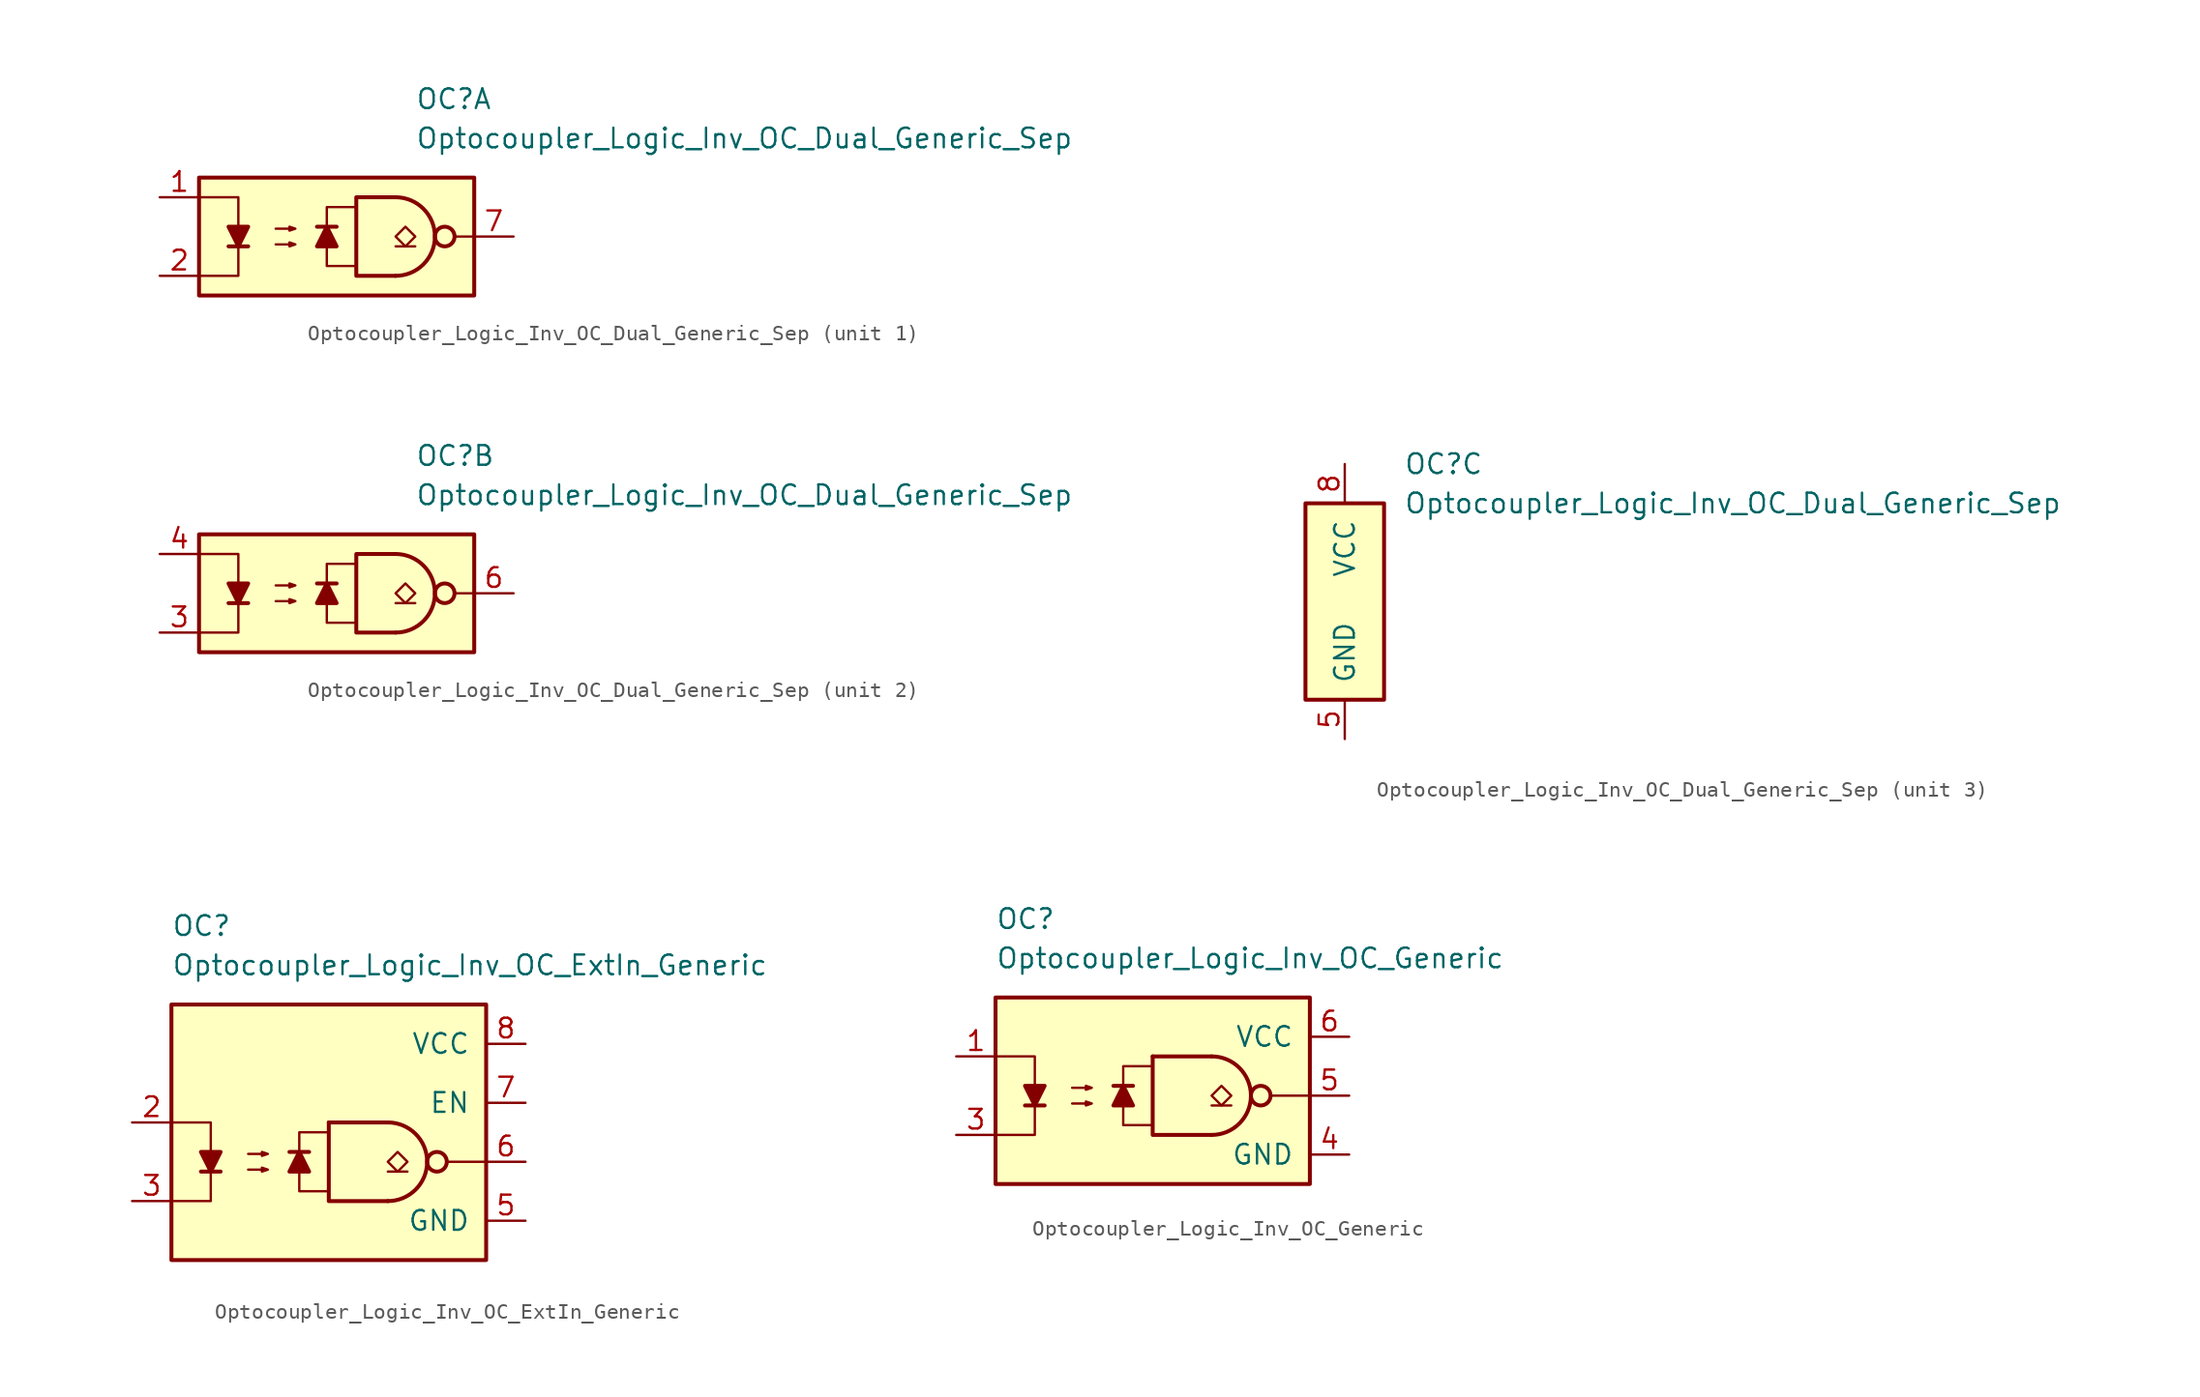
<source format=kicad_sym>
(kicad_symbol_lib
  (version 20231120)
  (generator "kicad_symbol_editor")
  (generator_version "8.0")
  (symbol "Optocoupler_Logic_Inv_OC_Dual_Generic_Sep"
    (pin_names
      (offset 1.016))
    (property "Reference" "OC"
      (at 3.81 8.89 0)
      (effects (font (size 1.27 1.27)) (justify left)))
    (property "Value" "Optocoupler_Logic_Inv_OC_Dual_Generic_Sep"
      (at 3.81 6.35 0)
      (effects (font (size 1.27 1.27)) (justify left)))
    (property "ki_locked" ""
      (at 0 0 0)
      (effects (font (size 1.27 1.27))))
    (symbol "Optocoupler_Logic_Inv_OC_Dual_Generic_Sep_1_0"
      (rectangle (start -10.16 3.81) (end 7.62 -3.81) (stroke (width 0.254) (type default)) (fill (type background)))
      (polyline (pts (xy 7.62 0) (xy 6.35 0)) (stroke (width 0) (type default)) (fill (type none)))
      (polyline (pts (xy 2.54 -2.54) (xy 0 -2.54) (xy 0 2.54) (xy 2.54 2.54)) (stroke (width 0.254) (type default)) (fill (type none))))
    (symbol "Optocoupler_Logic_Inv_OC_Dual_Generic_Sep_1_1"
      (polyline (pts (xy -8.255 -0.635) (xy -6.985 -0.635)) (stroke (width 0.254) (type default)) (fill (type none)))
      (polyline (pts (xy -1.27 0.635) (xy -2.54 0.635)) (stroke (width 0.254) (type default)) (fill (type none)))
      (polyline (pts (xy 3.81 -0.635) (xy 2.54 -0.635)) (stroke (width 0.152) (type default)) (fill (type none)))
      (polyline (pts (xy -10.16 2.54) (xy -7.62 2.54) (xy -7.62 -0.635)) (stroke (width 0) (type default)) (fill (type none)))
      (polyline (pts (xy -7.62 -0.635) (xy -7.62 -2.54) (xy -10.16 -2.54)) (stroke (width 0) (type default)) (fill (type none)))
      (polyline (pts (xy -7.62 -0.635) (xy -8.255 0.635) (xy -6.985 0.635) (xy -7.62 -0.635)) (stroke (width 0.254) (type default)) (fill (type outline)))
      (polyline (pts (xy -1.905 0.635) (xy -1.27 -0.635) (xy -2.54 -0.635) (xy -1.905 0.635)) (stroke (width 0.254) (type default)) (fill (type outline)))
      (polyline (pts (xy 0 -1.905) (xy -1.905 -1.905) (xy -1.905 1.905) (xy 0 1.905)) (stroke (width 0.152) (type default)) (fill (type none)))
      (polyline (pts (xy -5.207 -0.508) (xy -3.937 -0.508) (xy -4.318 -0.635) (xy -4.318 -0.381) (xy -3.937 -0.508)) (stroke (width 0) (type default)) (fill (type none)))
      (polyline (pts (xy -5.207 0.508) (xy -3.937 0.508) (xy -4.318 0.381) (xy -4.318 0.635) (xy -3.937 0.508)) (stroke (width 0) (type default)) (fill (type none)))
      (polyline (pts (xy 3.175 -0.635) (xy 2.54 0) (xy 3.175 0.635) (xy 3.81 0) (xy 3.175 -0.635)) (stroke (width 0.152) (type default)) (fill (type none)))
      (arc (start 2.54 -2.54) (mid 5.069 0) (end 2.54 2.54) (stroke (width 0.254) (type default)) (fill (type none)))
      (circle (center 5.715 0) (radius 0.635) (stroke (width 0.254) (type default)) (fill (type none)))
      (pin passive line (at -12.7 2.54 0) (length 2.54) (name "~" (effects (font (size 1.27 1.27)))) (number "1" (effects (font (size 1.27 1.27)))))
      (pin passive line (at -12.7 -2.54 0) (length 2.54) (name "~" (effects (font (size 1.27 1.27)))) (number "2" (effects (font (size 1.27 1.27)))))
      (pin open_collector line (at 10.16 0 180) (length 2.54) (name "~" (effects (font (size 1.27 1.27)))) (number "7" (effects (font (size 1.27 1.27))))))
    (symbol "Optocoupler_Logic_Inv_OC_Dual_Generic_Sep_2_0"
      (rectangle (start -10.16 3.81) (end 7.62 -3.81) (stroke (width 0.254) (type default)) (fill (type background)))
      (polyline (pts (xy 7.62 0) (xy 6.35 0)) (stroke (width 0) (type default)) (fill (type none)))
      (polyline (pts (xy 2.54 -2.54) (xy 0 -2.54) (xy 0 2.54) (xy 2.54 2.54)) (stroke (width 0.254) (type default)) (fill (type none))))
    (symbol "Optocoupler_Logic_Inv_OC_Dual_Generic_Sep_2_1"
      (polyline (pts (xy -8.255 -0.635) (xy -6.985 -0.635)) (stroke (width 0.254) (type default)) (fill (type none)))
      (polyline (pts (xy -1.27 0.635) (xy -2.54 0.635)) (stroke (width 0.254) (type default)) (fill (type none)))
      (polyline (pts (xy 3.81 -0.635) (xy 2.54 -0.635)) (stroke (width 0.152) (type default)) (fill (type none)))
      (polyline (pts (xy -10.16 2.54) (xy -7.62 2.54) (xy -7.62 -0.635)) (stroke (width 0) (type default)) (fill (type none)))
      (polyline (pts (xy -7.62 -0.635) (xy -7.62 -2.54) (xy -10.16 -2.54)) (stroke (width 0) (type default)) (fill (type none)))
      (polyline (pts (xy -7.62 -0.635) (xy -8.255 0.635) (xy -6.985 0.635) (xy -7.62 -0.635)) (stroke (width 0.254) (type default)) (fill (type outline)))
      (polyline (pts (xy -1.905 0.635) (xy -1.27 -0.635) (xy -2.54 -0.635) (xy -1.905 0.635)) (stroke (width 0.254) (type default)) (fill (type outline)))
      (polyline (pts (xy 0 -1.905) (xy -1.905 -1.905) (xy -1.905 1.905) (xy 0 1.905)) (stroke (width 0.152) (type default)) (fill (type none)))
      (polyline (pts (xy -5.207 -0.508) (xy -3.937 -0.508) (xy -4.318 -0.635) (xy -4.318 -0.381) (xy -3.937 -0.508)) (stroke (width 0) (type default)) (fill (type none)))
      (polyline (pts (xy -5.207 0.508) (xy -3.937 0.508) (xy -4.318 0.381) (xy -4.318 0.635) (xy -3.937 0.508)) (stroke (width 0) (type default)) (fill (type none)))
      (polyline (pts (xy 3.175 -0.635) (xy 2.54 0) (xy 3.175 0.635) (xy 3.81 0) (xy 3.175 -0.635)) (stroke (width 0.152) (type default)) (fill (type none)))
      (arc (start 2.54 -2.54) (mid 5.069 0) (end 2.54 2.54) (stroke (width 0.254) (type default)) (fill (type none)))
      (circle (center 5.715 0) (radius 0.635) (stroke (width 0.254) (type default)) (fill (type none)))
      (pin passive line (at -12.7 -2.54 0) (length 2.54) (name "~" (effects (font (size 1.27 1.27)))) (number "3" (effects (font (size 1.27 1.27)))))
      (pin passive line (at -12.7 2.54 0) (length 2.54) (name "~" (effects (font (size 1.27 1.27)))) (number "4" (effects (font (size 1.27 1.27)))))
      (pin open_collector line (at 10.16 0 180) (length 2.54) (name "~" (effects (font (size 1.27 1.27)))) (number "6" (effects (font (size 1.27 1.27))))))
    (symbol "Optocoupler_Logic_Inv_OC_Dual_Generic_Sep_3_0"
      (rectangle (start -2.54 6.35) (end 2.54 -6.35) (stroke (width 0.254) (type default)) (fill (type background))))
    (symbol "Optocoupler_Logic_Inv_OC_Dual_Generic_Sep_3_1"
      (pin power_in line (at 0 -8.89 90) (length 2.54) (name "GND" (effects (font (size 1.27 1.27)))) (number "5" (effects (font (size 1.27 1.27)))))
      (pin power_in line (at 0 8.89 270) (length 2.54) (name "VCC" (effects (font (size 1.27 1.27)))) (number "8" (effects (font (size 1.27 1.27)))))))
  (symbol "Optocoupler_Logic_Inv_OC_ExtIn_Generic"
    (pin_names
      (offset 1.016))
    (property "Reference" "OC"
      (at -10.16 15.24 0)
      (effects (font (size 1.27 1.27)) (justify left)))
    (property "Value" "Optocoupler_Logic_Inv_OC_ExtIn_Generic"
      (at -10.16 12.7 0)
      (effects (font (size 1.27 1.27)) (justify left)))
    (symbol "Optocoupler_Logic_Inv_OC_ExtIn_Generic_0_0"
      (rectangle (start -10.16 10.16) (end 10.16 -6.35) (stroke (width 0.254) (type default)) (fill (type background)))
      (polyline (pts (xy 10.16 0) (xy 7.62 0)) (stroke (width 0) (type default)) (fill (type none))))
    (symbol "Optocoupler_Logic_Inv_OC_ExtIn_Generic_0_1"
      (polyline (pts (xy -8.255 -0.635) (xy -6.985 -0.635)) (stroke (width 0.254) (type default)) (fill (type none)))
      (polyline (pts (xy 0 2.54) (xy 3.81 2.54)) (stroke (width 0.254) (type default)) (fill (type none)))
      (polyline (pts (xy 5.08 -0.635) (xy 3.81 -0.635)) (stroke (width 0.152) (type default)) (fill (type none)))
      (polyline (pts (xy -10.16 2.54) (xy -7.62 2.54) (xy -7.62 -0.635)) (stroke (width 0) (type default)) (fill (type none)))
      (polyline (pts (xy -7.62 -0.635) (xy -7.62 -2.54) (xy -10.16 -2.54)) (stroke (width 0) (type default)) (fill (type none)))
      (polyline (pts (xy 0 2.54) (xy 0 -2.54) (xy 3.81 -2.54)) (stroke (width 0.254) (type default)) (fill (type none)))
      (polyline (pts (xy -7.62 -0.635) (xy -8.255 0.635) (xy -6.985 0.635) (xy -7.62 -0.635)) (stroke (width 0.254) (type default)) (fill (type outline)))
      (polyline (pts (xy -5.207 -0.508) (xy -3.937 -0.508) (xy -4.318 -0.635) (xy -4.318 -0.381) (xy -3.937 -0.508)) (stroke (width 0) (type default)) (fill (type none)))
      (polyline (pts (xy -5.207 0.508) (xy -3.937 0.508) (xy -4.318 0.381) (xy -4.318 0.635) (xy -3.937 0.508)) (stroke (width 0) (type default)) (fill (type none)))
      (polyline (pts (xy 4.445 -0.635) (xy 3.81 0) (xy 4.445 0.635) (xy 5.08 0) (xy 4.445 -0.635)) (stroke (width 0.152) (type default)) (fill (type none)))
      (arc (start 3.81 -2.54) (mid 6.339 0) (end 3.81 2.54) (stroke (width 0.254) (type default)) (fill (type none)))
      (circle (center 6.985 0) (radius 0.635) (stroke (width 0.254) (type default)) (fill (type none))))
    (symbol "Optocoupler_Logic_Inv_OC_ExtIn_Generic_1_1"
      (polyline (pts (xy -1.27 0.635) (xy -2.54 0.635)) (stroke (width 0.254) (type default)) (fill (type none)))
      (polyline (pts (xy -1.905 0.635) (xy -1.27 -0.635) (xy -2.54 -0.635) (xy -1.905 0.635)) (stroke (width 0.254) (type default)) (fill (type outline)))
      (polyline (pts (xy 0 -1.905) (xy -1.905 -1.905) (xy -1.905 1.905) (xy 0 1.905)) (stroke (width 0.152) (type default)) (fill (type none)))
      (pin free line (at -1.27 7.62 0) (length 2.54) hide (name "NC" (effects (font (size 1.27 1.27)))) (number "1" (effects (font (size 1.27 1.27)))))
      (pin passive line (at -12.7 2.54 0) (length 2.54) (name "~" (effects (font (size 1.27 1.27)))) (number "2" (effects (font (size 1.27 1.27)))))
      (pin passive line (at -12.7 -2.54 0) (length 2.54) (name "~" (effects (font (size 1.27 1.27)))) (number "3" (effects (font (size 1.27 1.27)))))
      (pin free line (at -1.27 5.08 0) (length 2.54) hide (name "NC" (effects (font (size 1.27 1.27)))) (number "4" (effects (font (size 1.27 1.27)))))
      (pin power_in line (at 12.7 -3.81 180) (length 2.54) (name "GND" (effects (font (size 1.27 1.27)))) (number "5" (effects (font (size 1.27 1.27)))))
      (pin open_collector line (at 12.7 0 180) (length 2.54) (name "~" (effects (font (size 1.27 1.27)))) (number "6" (effects (font (size 1.27 1.27)))))
      (pin input line (at 12.7 3.81 180) (length 2.54) (name "EN" (effects (font (size 1.27 1.27)))) (number "7" (effects (font (size 1.27 1.27)))))
      (pin power_in line (at 12.7 7.62 180) (length 2.54) (name "VCC" (effects (font (size 1.27 1.27)))) (number "8" (effects (font (size 1.27 1.27)))))))
  (symbol "Optocoupler_Logic_Inv_OC_Generic"
    (pin_names
      (offset 1.016))
    (property "Reference" "OC"
      (at -11.43 11.43 0)
      (effects (font (size 1.27 1.27)) (justify left)))
    (property "Value" "Optocoupler_Logic_Inv_OC_Generic"
      (at -11.43 8.89 0)
      (effects (font (size 1.27 1.27)) (justify left)))
    (symbol "Optocoupler_Logic_Inv_OC_Generic_0_0"
      (rectangle (start -11.43 6.35) (end 8.89 -5.715) (stroke (width 0.254) (type default)) (fill (type background)))
      (polyline (pts (xy 8.89 0) (xy 6.35 0)) (stroke (width 0) (type default)) (fill (type none))))
    (symbol "Optocoupler_Logic_Inv_OC_Generic_0_1"
      (polyline (pts (xy -9.525 -0.635) (xy -8.255 -0.635)) (stroke (width 0.254) (type default)) (fill (type none)))
      (polyline (pts (xy -1.27 2.54) (xy 2.54 2.54)) (stroke (width 0.254) (type default)) (fill (type none)))
      (polyline (pts (xy 3.81 -0.635) (xy 2.54 -0.635)) (stroke (width 0.152) (type default)) (fill (type none)))
      (polyline (pts (xy -11.43 2.54) (xy -8.89 2.54) (xy -8.89 -0.635)) (stroke (width 0) (type default)) (fill (type none)))
      (polyline (pts (xy -8.89 -0.635) (xy -8.89 -2.54) (xy -11.43 -2.54)) (stroke (width 0) (type default)) (fill (type none)))
      (polyline (pts (xy -1.27 2.54) (xy -1.27 -2.54) (xy 2.54 -2.54)) (stroke (width 0.254) (type default)) (fill (type none)))
      (polyline (pts (xy -8.89 -0.635) (xy -9.525 0.635) (xy -8.255 0.635) (xy -8.89 -0.635)) (stroke (width 0.254) (type default)) (fill (type outline)))
      (polyline (pts (xy -6.477 -0.508) (xy -5.207 -0.508) (xy -5.588 -0.635) (xy -5.588 -0.381) (xy -5.207 -0.508)) (stroke (width 0) (type default)) (fill (type none)))
      (polyline (pts (xy -6.477 0.508) (xy -5.207 0.508) (xy -5.588 0.381) (xy -5.588 0.635) (xy -5.207 0.508)) (stroke (width 0) (type default)) (fill (type none)))
      (polyline (pts (xy 3.175 -0.635) (xy 2.54 0) (xy 3.175 0.635) (xy 3.81 0) (xy 3.175 -0.635)) (stroke (width 0.152) (type default)) (fill (type none)))
      (arc (start 2.54 -2.54) (mid 5.069 0) (end 2.54 2.54) (stroke (width 0.254) (type default)) (fill (type none)))
      (circle (center 5.715 0) (radius 0.635) (stroke (width 0.254) (type default)) (fill (type none))))
    (symbol "Optocoupler_Logic_Inv_OC_Generic_1_1"
      (polyline (pts (xy -2.54 0.635) (xy -3.81 0.635)) (stroke (width 0.254) (type default)) (fill (type none)))
      (polyline (pts (xy -3.175 0.635) (xy -2.54 -0.635) (xy -3.81 -0.635) (xy -3.175 0.635)) (stroke (width 0.254) (type default)) (fill (type outline)))
      (polyline (pts (xy -1.27 -1.905) (xy -3.175 -1.905) (xy -3.175 1.905) (xy -1.27 1.905)) (stroke (width 0.152) (type default)) (fill (type none)))
      (pin passive line (at -13.97 2.54 0) (length 2.54) (name "~" (effects (font (size 1.27 1.27)))) (number "1" (effects (font (size 1.27 1.27)))))
      (pin free line (at 0 0 0) (length 2.54) hide (name "NC" (effects (font (size 1.27 1.27)))) (number "2" (effects (font (size 1.27 1.27)))))
      (pin passive line (at -13.97 -2.54 0) (length 2.54) (name "~" (effects (font (size 1.27 1.27)))) (number "3" (effects (font (size 1.27 1.27)))))
      (pin power_in line (at 11.43 -3.81 180) (length 2.54) (name "GND" (effects (font (size 1.27 1.27)))) (number "4" (effects (font (size 1.27 1.27)))))
      (pin output line (at 11.43 0 180) (length 2.54) (name "~" (effects (font (size 1.27 1.27)))) (number "5" (effects (font (size 1.27 1.27)))))
      (pin power_in line (at 11.43 3.81 180) (length 2.54) (name "VCC" (effects (font (size 1.27 1.27)))) (number "6" (effects (font (size 1.27 1.27))))))))
</source>
